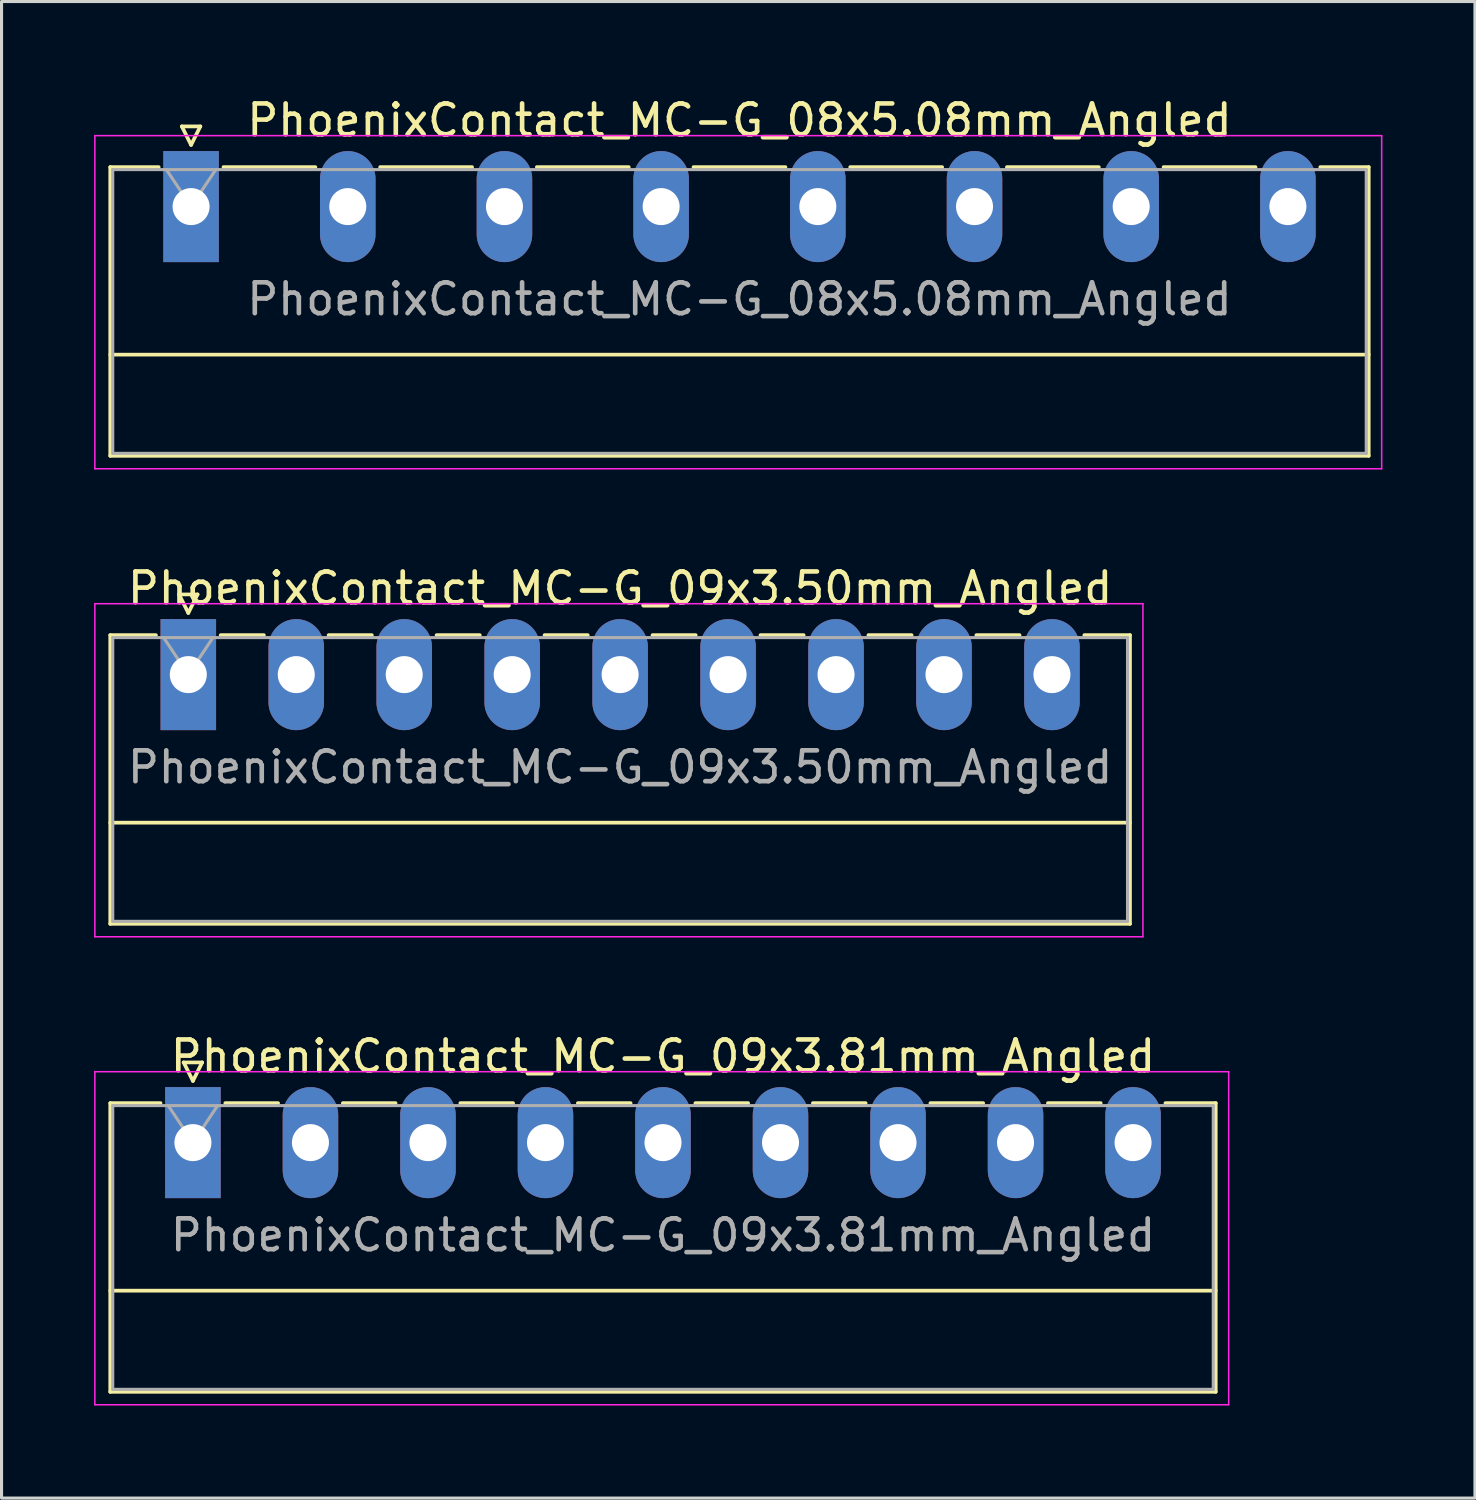
<source format=kicad_pcb>
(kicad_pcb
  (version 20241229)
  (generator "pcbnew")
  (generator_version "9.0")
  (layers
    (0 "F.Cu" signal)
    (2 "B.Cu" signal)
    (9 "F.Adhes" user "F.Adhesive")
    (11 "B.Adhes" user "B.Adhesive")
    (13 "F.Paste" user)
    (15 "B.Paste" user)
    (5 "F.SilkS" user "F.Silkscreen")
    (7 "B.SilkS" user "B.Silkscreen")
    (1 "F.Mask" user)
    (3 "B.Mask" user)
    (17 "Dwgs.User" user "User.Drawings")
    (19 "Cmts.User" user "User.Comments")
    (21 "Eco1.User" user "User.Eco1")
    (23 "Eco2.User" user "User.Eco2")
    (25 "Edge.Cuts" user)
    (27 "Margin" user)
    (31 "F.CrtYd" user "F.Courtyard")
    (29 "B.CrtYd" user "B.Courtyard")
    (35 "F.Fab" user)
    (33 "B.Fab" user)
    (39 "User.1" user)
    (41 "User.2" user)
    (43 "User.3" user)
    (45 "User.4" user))
  (footprint "PhoenixContact_MC-G_09x3.81mm_Angled"
    (layer "F.Cu")
    (at 3.205 33.995)
    (property "Reference" "PhoenixContact_MC-G_09x3.81mm_Angled" (at 15.24 -2.8 0) (layer "F.SilkS") (effects (font (size 1 1) (thickness 0.15))))
    (attr through_hole)
    (fp_line (start -2.68 -1.28) (end -2.68 8.08) (stroke (width 0.12) (type solid)) (layer "F.SilkS"))
    (fp_line (start -2.68 -1.28) (end -1.05 -1.28) (stroke (width 0.12) (type solid)) (layer "F.SilkS"))
    (fp_line (start -2.68 4.8) (end 33.16 4.8) (stroke (width 0.12) (type solid)) (layer "F.SilkS"))
    (fp_line (start -2.68 8.08) (end 33.16 8.08) (stroke (width 0.12) (type solid)) (layer "F.SilkS"))
    (fp_line (start -0.3 -2.6) (end 0.3 -2.6) (stroke (width 0.12) (type solid)) (layer "F.SilkS"))
    (fp_line (start 0 -2) (end -0.3 -2.6) (stroke (width 0.12) (type solid)) (layer "F.SilkS"))
    (fp_line (start 0.3 -2.6) (end 0 -2) (stroke (width 0.12) (type solid)) (layer "F.SilkS"))
    (fp_line (start 1.05 -1.28) (end 2.76 -1.28) (stroke (width 0.12) (type solid)) (layer "F.SilkS"))
    (fp_line (start 4.86 -1.28) (end 6.57 -1.28) (stroke (width 0.12) (type solid)) (layer "F.SilkS"))
    (fp_line (start 8.67 -1.28) (end 10.38 -1.28) (stroke (width 0.12) (type solid)) (layer "F.SilkS"))
    (fp_line (start 12.48 -1.28) (end 14.19 -1.28) (stroke (width 0.12) (type solid)) (layer "F.SilkS"))
    (fp_line (start 16.29 -1.28) (end 18 -1.28) (stroke (width 0.12) (type solid)) (layer "F.SilkS"))
    (fp_line (start 20.1 -1.28) (end 21.81 -1.28) (stroke (width 0.12) (type solid)) (layer "F.SilkS"))
    (fp_line (start 23.91 -1.28) (end 25.62 -1.28) (stroke (width 0.12) (type solid)) (layer "F.SilkS"))
    (fp_line (start 27.72 -1.28) (end 29.43 -1.28) (stroke (width 0.12) (type solid)) (layer "F.SilkS"))
    (fp_line (start 33.16 -1.28) (end 31.53 -1.28) (stroke (width 0.12) (type solid)) (layer "F.SilkS"))
    (fp_line (start 33.16 8.08) (end 33.16 -1.28) (stroke (width 0.12) (type solid)) (layer "F.SilkS"))
    (fp_line (start -3.18 -2.3) (end -3.18 8.5) (stroke (width 0.05) (type solid)) (layer "F.CrtYd"))
    (fp_line (start -3.18 8.5) (end 33.58 8.5) (stroke (width 0.05) (type solid)) (layer "F.CrtYd"))
    (fp_line (start 33.58 -2.3) (end -3.18 -2.3) (stroke (width 0.05) (type solid)) (layer "F.CrtYd"))
    (fp_line (start 33.58 8.5) (end 33.58 -2.3) (stroke (width 0.05) (type solid)) (layer "F.CrtYd"))
    (fp_line (start -2.6 -1.2) (end -2.6 8) (stroke (width 0.1) (type solid)) (layer "F.Fab"))
    (fp_line (start -2.6 8) (end 33.08 8) (stroke (width 0.1) (type solid)) (layer "F.Fab"))
    (fp_line (start 0 0) (end -0.8 -1.2) (stroke (width 0.1) (type solid)) (layer "F.Fab"))
    (fp_line (start 0.8 -1.2) (end 0 0) (stroke (width 0.1) (type solid)) (layer "F.Fab"))
    (fp_line (start 33.08 -1.2) (end -2.6 -1.2) (stroke (width 0.1) (type solid)) (layer "F.Fab"))
    (fp_line (start 33.08 8) (end 33.08 -1.2) (stroke (width 0.1) (type solid)) (layer "F.Fab"))
    (fp_text user "${REFERENCE}" (at 15.24 3 0) (layer "F.Fab") (effects (font (size 1 1) (thickness 0.15))))
    (pad "1" thru_hole rect (at 0 0) (size 1.8 3.6) (drill 1.2) (layers "*.Cu" "*.Mask"))
    (pad "2" thru_hole oval (at 3.81 0) (size 1.8 3.6) (drill 1.2) (layers "*.Cu" "*.Mask"))
    (pad "3" thru_hole oval (at 7.62 0) (size 1.8 3.6) (drill 1.2) (layers "*.Cu" "*.Mask"))
    (pad "4" thru_hole oval (at 11.43 0) (size 1.8 3.6) (drill 1.2) (layers "*.Cu" "*.Mask"))
    (pad "5" thru_hole oval (at 15.24 0) (size 1.8 3.6) (drill 1.2) (layers "*.Cu" "*.Mask"))
    (pad "6" thru_hole oval (at 19.05 0) (size 1.8 3.6) (drill 1.2) (layers "*.Cu" "*.Mask"))
    (pad "7" thru_hole oval (at 22.86 0) (size 1.8 3.6) (drill 1.2) (layers "*.Cu" "*.Mask"))
    (pad "8" thru_hole oval (at 26.67 0) (size 1.8 3.6) (drill 1.2) (layers "*.Cu" "*.Mask"))
    (pad "9" thru_hole oval (at 30.48 0) (size 1.8 3.6) (drill 1.2) (layers "*.Cu" "*.Mask")))
  (footprint "PhoenixContact_MC-G_08x5.08mm_Angled"
    (layer "F.Cu")
    (at 3.145 3.648)
    (property "Reference" "PhoenixContact_MC-G_08x5.08mm_Angled" (at 17.78 -2.8 0) (layer "F.SilkS") (effects (font (size 1 1) (thickness 0.15))))
    (attr through_hole)
    (fp_line (start -2.62 -1.28) (end -2.62 8.08) (stroke (width 0.12) (type solid)) (layer "F.SilkS"))
    (fp_line (start -2.62 -1.28) (end -1.05 -1.28) (stroke (width 0.12) (type solid)) (layer "F.SilkS"))
    (fp_line (start -2.62 4.8) (end 38.18 4.8) (stroke (width 0.12) (type solid)) (layer "F.SilkS"))
    (fp_line (start -2.62 8.08) (end 38.18 8.08) (stroke (width 0.12) (type solid)) (layer "F.SilkS"))
    (fp_line (start -0.3 -2.6) (end 0.3 -2.6) (stroke (width 0.12) (type solid)) (layer "F.SilkS"))
    (fp_line (start 0 -2) (end -0.3 -2.6) (stroke (width 0.12) (type solid)) (layer "F.SilkS"))
    (fp_line (start 0.3 -2.6) (end 0 -2) (stroke (width 0.12) (type solid)) (layer "F.SilkS"))
    (fp_line (start 1.05 -1.28) (end 4.03 -1.28) (stroke (width 0.12) (type solid)) (layer "F.SilkS"))
    (fp_line (start 6.13 -1.28) (end 9.11 -1.28) (stroke (width 0.12) (type solid)) (layer "F.SilkS"))
    (fp_line (start 11.21 -1.28) (end 14.19 -1.28) (stroke (width 0.12) (type solid)) (layer "F.SilkS"))
    (fp_line (start 16.29 -1.28) (end 19.27 -1.28) (stroke (width 0.12) (type solid)) (layer "F.SilkS"))
    (fp_line (start 21.37 -1.28) (end 24.35 -1.28) (stroke (width 0.12) (type solid)) (layer "F.SilkS"))
    (fp_line (start 26.45 -1.28) (end 29.43 -1.28) (stroke (width 0.12) (type solid)) (layer "F.SilkS"))
    (fp_line (start 31.53 -1.28) (end 34.51 -1.28) (stroke (width 0.12) (type solid)) (layer "F.SilkS"))
    (fp_line (start 38.18 -1.28) (end 36.61 -1.28) (stroke (width 0.12) (type solid)) (layer "F.SilkS"))
    (fp_line (start 38.18 8.08) (end 38.18 -1.28) (stroke (width 0.12) (type solid)) (layer "F.SilkS"))
    (fp_line (start -3.12 -2.3) (end -3.12 8.5) (stroke (width 0.05) (type solid)) (layer "F.CrtYd"))
    (fp_line (start -3.12 8.5) (end 38.6 8.5) (stroke (width 0.05) (type solid)) (layer "F.CrtYd"))
    (fp_line (start 38.6 -2.3) (end -3.12 -2.3) (stroke (width 0.05) (type solid)) (layer "F.CrtYd"))
    (fp_line (start 38.6 8.5) (end 38.6 -2.3) (stroke (width 0.05) (type solid)) (layer "F.CrtYd"))
    (fp_line (start -2.54 -1.2) (end -2.54 8) (stroke (width 0.1) (type solid)) (layer "F.Fab"))
    (fp_line (start -2.54 8) (end 38.1 8) (stroke (width 0.1) (type solid)) (layer "F.Fab"))
    (fp_line (start 0 0) (end -0.8 -1.2) (stroke (width 0.1) (type solid)) (layer "F.Fab"))
    (fp_line (start 0.8 -1.2) (end 0 0) (stroke (width 0.1) (type solid)) (layer "F.Fab"))
    (fp_line (start 38.1 -1.2) (end -2.54 -1.2) (stroke (width 0.1) (type solid)) (layer "F.Fab"))
    (fp_line (start 38.1 8) (end 38.1 -1.2) (stroke (width 0.1) (type solid)) (layer "F.Fab"))
    (fp_text user "${REFERENCE}" (at 17.78 3 0) (layer "F.Fab") (effects (font (size 1 1) (thickness 0.15))))
    (pad "1" thru_hole rect (at 0 0) (size 1.8 3.6) (drill 1.2) (layers "*.Cu" "*.Mask"))
    (pad "2" thru_hole oval (at 5.08 0) (size 1.8 3.6) (drill 1.2) (layers "*.Cu" "*.Mask"))
    (pad "3" thru_hole oval (at 10.16 0) (size 1.8 3.6) (drill 1.2) (layers "*.Cu" "*.Mask"))
    (pad "4" thru_hole oval (at 15.24 0) (size 1.8 3.6) (drill 1.2) (layers "*.Cu" "*.Mask"))
    (pad "5" thru_hole oval (at 20.32 0) (size 1.8 3.6) (drill 1.2) (layers "*.Cu" "*.Mask"))
    (pad "6" thru_hole oval (at 25.4 0) (size 1.8 3.6) (drill 1.2) (layers "*.Cu" "*.Mask"))
    (pad "7" thru_hole oval (at 30.48 0) (size 1.8 3.6) (drill 1.2) (layers "*.Cu" "*.Mask"))
    (pad "8" thru_hole oval (at 35.56 0) (size 1.8 3.6) (drill 1.2) (layers "*.Cu" "*.Mask")))
  (footprint "PhoenixContact_MC-G_09x3.50mm_Angled"
    (layer "F.Cu")
    (at 3.055 18.822)
    (property "Reference" "PhoenixContact_MC-G_09x3.50mm_Angled" (at 14 -2.8 0) (layer "F.SilkS") (effects (font (size 1 1) (thickness 0.15))))
    (attr through_hole)
    (fp_line (start -2.53 -1.28) (end -2.53 8.08) (stroke (width 0.12) (type solid)) (layer "F.SilkS"))
    (fp_line (start -2.53 -1.28) (end -1.05 -1.28) (stroke (width 0.12) (type solid)) (layer "F.SilkS"))
    (fp_line (start -2.53 4.8) (end 30.53 4.8) (stroke (width 0.12) (type solid)) (layer "F.SilkS"))
    (fp_line (start -2.53 8.08) (end 30.53 8.08) (stroke (width 0.12) (type solid)) (layer "F.SilkS"))
    (fp_line (start -0.3 -2.6) (end 0.3 -2.6) (stroke (width 0.12) (type solid)) (layer "F.SilkS"))
    (fp_line (start 0 -2) (end -0.3 -2.6) (stroke (width 0.12) (type solid)) (layer "F.SilkS"))
    (fp_line (start 0.3 -2.6) (end 0 -2) (stroke (width 0.12) (type solid)) (layer "F.SilkS"))
    (fp_line (start 1.05 -1.28) (end 2.45 -1.28) (stroke (width 0.12) (type solid)) (layer "F.SilkS"))
    (fp_line (start 4.55 -1.28) (end 5.95 -1.28) (stroke (width 0.12) (type solid)) (layer "F.SilkS"))
    (fp_line (start 8.05 -1.28) (end 9.45 -1.28) (stroke (width 0.12) (type solid)) (layer "F.SilkS"))
    (fp_line (start 11.55 -1.28) (end 12.95 -1.28) (stroke (width 0.12) (type solid)) (layer "F.SilkS"))
    (fp_line (start 15.05 -1.28) (end 16.45 -1.28) (stroke (width 0.12) (type solid)) (layer "F.SilkS"))
    (fp_line (start 18.55 -1.28) (end 19.95 -1.28) (stroke (width 0.12) (type solid)) (layer "F.SilkS"))
    (fp_line (start 22.05 -1.28) (end 23.45 -1.28) (stroke (width 0.12) (type solid)) (layer "F.SilkS"))
    (fp_line (start 25.55 -1.28) (end 26.95 -1.28) (stroke (width 0.12) (type solid)) (layer "F.SilkS"))
    (fp_line (start 30.53 -1.28) (end 29.05 -1.28) (stroke (width 0.12) (type solid)) (layer "F.SilkS"))
    (fp_line (start 30.53 8.08) (end 30.53 -1.28) (stroke (width 0.12) (type solid)) (layer "F.SilkS"))
    (fp_line (start -3.03 -2.3) (end -3.03 8.5) (stroke (width 0.05) (type solid)) (layer "F.CrtYd"))
    (fp_line (start -3.03 8.5) (end 30.95 8.5) (stroke (width 0.05) (type solid)) (layer "F.CrtYd"))
    (fp_line (start 30.95 -2.3) (end -3.03 -2.3) (stroke (width 0.05) (type solid)) (layer "F.CrtYd"))
    (fp_line (start 30.95 8.5) (end 30.95 -2.3) (stroke (width 0.05) (type solid)) (layer "F.CrtYd"))
    (fp_line (start -2.45 -1.2) (end -2.45 8) (stroke (width 0.1) (type solid)) (layer "F.Fab"))
    (fp_line (start -2.45 8) (end 30.45 8) (stroke (width 0.1) (type solid)) (layer "F.Fab"))
    (fp_line (start 0 0) (end -0.8 -1.2) (stroke (width 0.1) (type solid)) (layer "F.Fab"))
    (fp_line (start 0.8 -1.2) (end 0 0) (stroke (width 0.1) (type solid)) (layer "F.Fab"))
    (fp_line (start 30.45 -1.2) (end -2.45 -1.2) (stroke (width 0.1) (type solid)) (layer "F.Fab"))
    (fp_line (start 30.45 8) (end 30.45 -1.2) (stroke (width 0.1) (type solid)) (layer "F.Fab"))
    (fp_text user "${REFERENCE}" (at 14 3 0) (layer "F.Fab") (effects (font (size 1 1) (thickness 0.15))))
    (pad "1" thru_hole rect (at 0 0) (size 1.8 3.6) (drill 1.2) (layers "*.Cu" "*.Mask"))
    (pad "2" thru_hole oval (at 3.5 0) (size 1.8 3.6) (drill 1.2) (layers "*.Cu" "*.Mask"))
    (pad "3" thru_hole oval (at 7 0) (size 1.8 3.6) (drill 1.2) (layers "*.Cu" "*.Mask"))
    (pad "4" thru_hole oval (at 10.5 0) (size 1.8 3.6) (drill 1.2) (layers "*.Cu" "*.Mask"))
    (pad "5" thru_hole oval (at 14 0) (size 1.8 3.6) (drill 1.2) (layers "*.Cu" "*.Mask"))
    (pad "6" thru_hole oval (at 17.5 0) (size 1.8 3.6) (drill 1.2) (layers "*.Cu" "*.Mask"))
    (pad "7" thru_hole oval (at 21 0) (size 1.8 3.6) (drill 1.2) (layers "*.Cu" "*.Mask"))
    (pad "8" thru_hole oval (at 24.5 0) (size 1.8 3.6) (drill 1.2) (layers "*.Cu" "*.Mask"))
    (pad "9" thru_hole oval (at 28 0) (size 1.8 3.6) (drill 1.2) (layers "*.Cu" "*.Mask")))
  (gr_rect
    (start -3 -3)
    (end 44.77 45.52)
    (stroke (width 0.1) (type default))
    (fill no)
    (layer "Edge.Cuts")))
</source>
